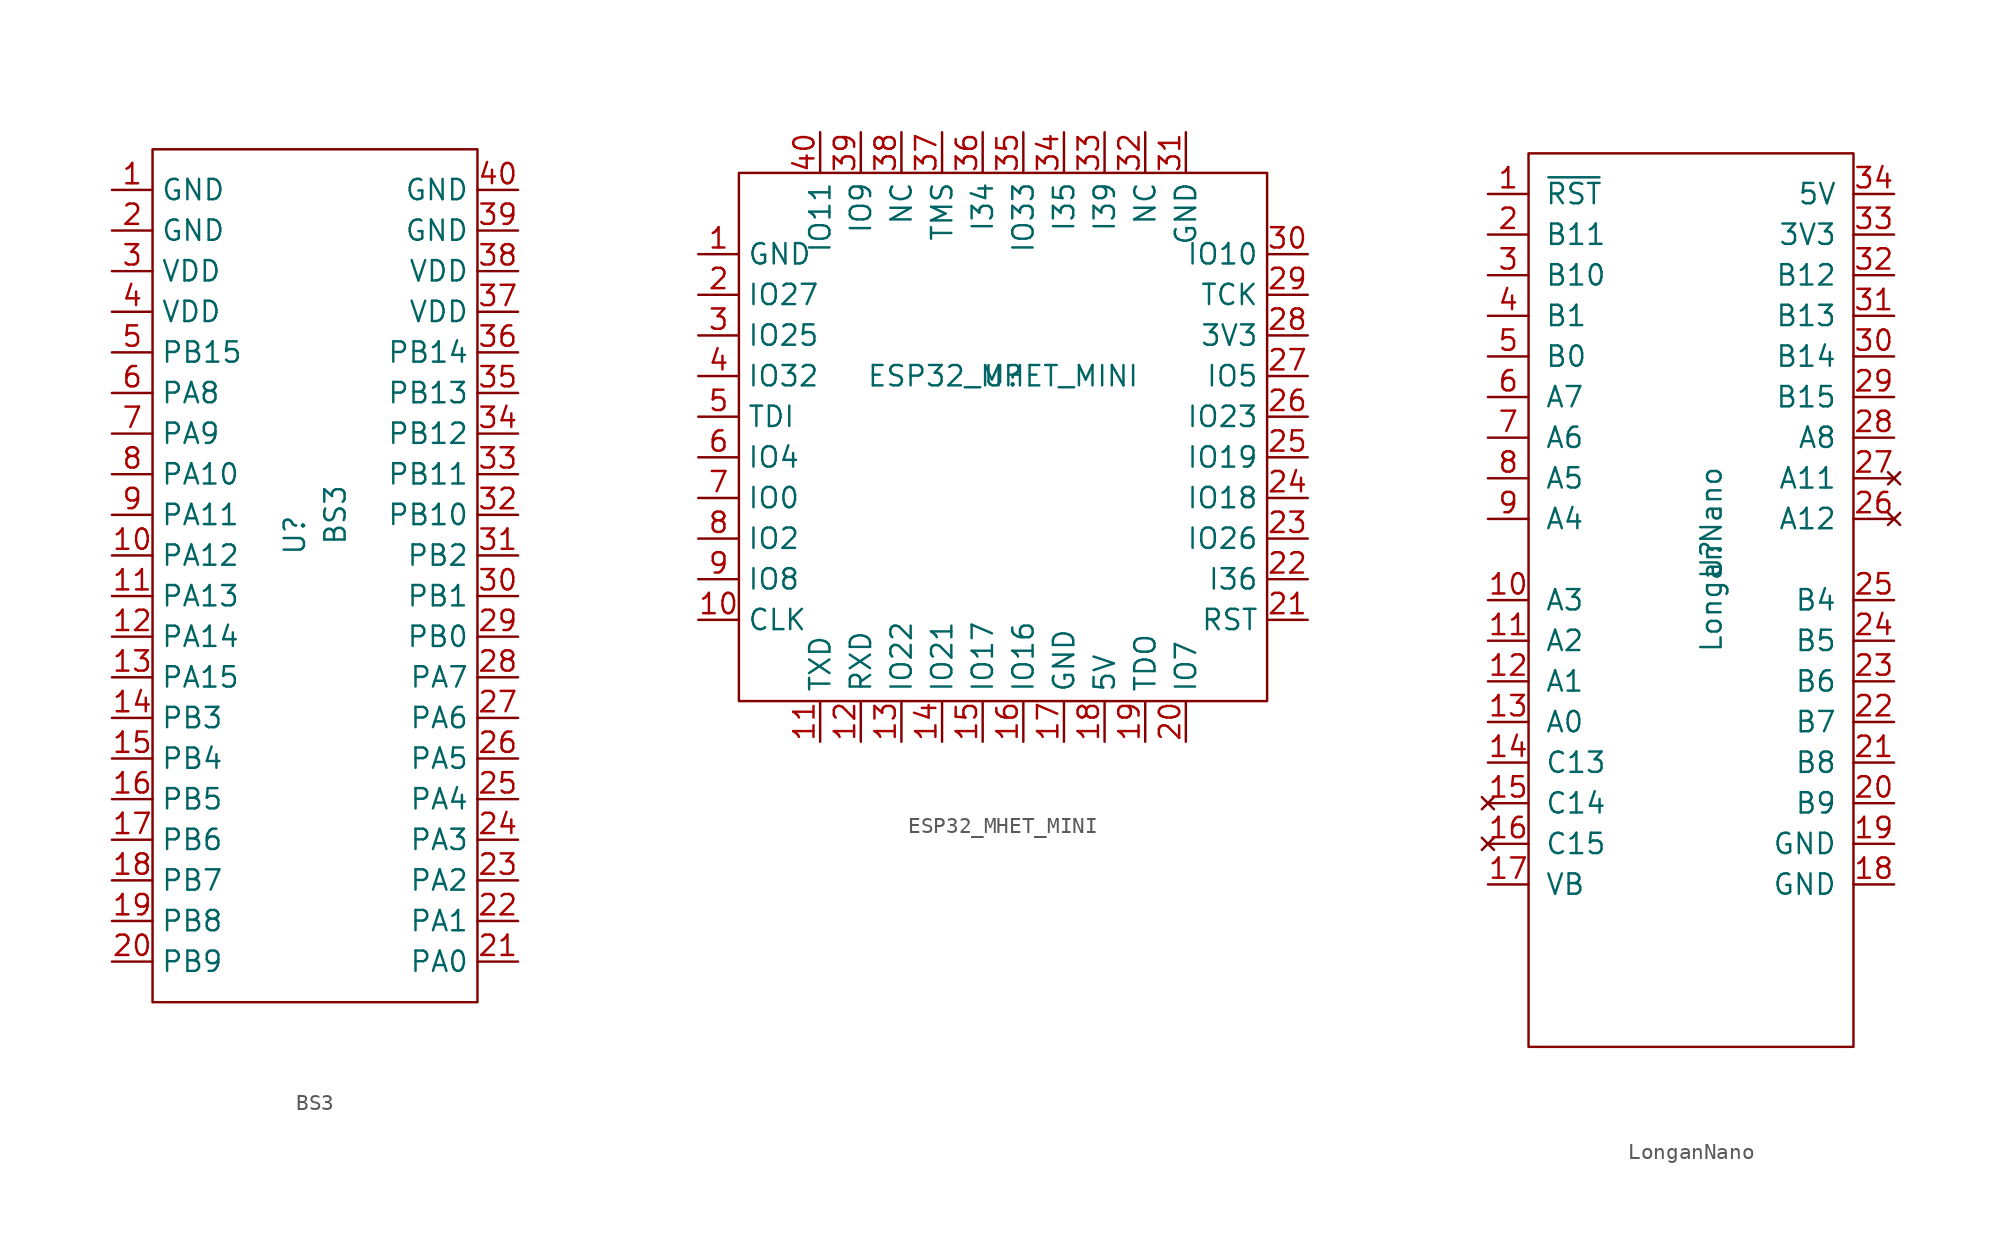
<source format=kicad_sym>
(kicad_symbol_lib
  (version 20211014)
  (generator kicad_symbol_editor)
  (symbol "BS3"
    (property "Reference" "U"
      (at -1.27 3.81 90)
      (effects (font (size 1.27 1.27))))
    (property "Value" "BS3"
      (at 1.27 5.08 90)
      (effects (font (size 1.27 1.27))))
    (symbol "BS3_0_1"
      (rectangle (start -10.16 27.94) (end 10.16 -25.4) (stroke (width 0) (type default) (color 0 0 0 0)) (fill (type none))))
    (symbol "BS3_1_1"
      (pin input line (at -12.7 25.4 0) (length 2.54) (name "GND" (effects (font (size 1.27 1.27)))) (number "1" (effects (font (size 1.27 1.27)))))
      (pin input line (at -12.7 2.54 0) (length 2.54) (name "PA12" (effects (font (size 1.27 1.27)))) (number "10" (effects (font (size 1.27 1.27)))))
      (pin input line (at -12.7 0 0) (length 2.54) (name "PA13" (effects (font (size 1.27 1.27)))) (number "11" (effects (font (size 1.27 1.27)))))
      (pin input line (at -12.7 -2.54 0) (length 2.54) (name "PA14" (effects (font (size 1.27 1.27)))) (number "12" (effects (font (size 1.27 1.27)))))
      (pin input line (at -12.7 -5.08 0) (length 2.54) (name "PA15" (effects (font (size 1.27 1.27)))) (number "13" (effects (font (size 1.27 1.27)))))
      (pin input line (at -12.7 -7.62 0) (length 2.54) (name "PB3" (effects (font (size 1.27 1.27)))) (number "14" (effects (font (size 1.27 1.27)))))
      (pin input line (at -12.7 -10.16 0) (length 2.54) (name "PB4" (effects (font (size 1.27 1.27)))) (number "15" (effects (font (size 1.27 1.27)))))
      (pin input line (at -12.7 -12.7 0) (length 2.54) (name "PB5" (effects (font (size 1.27 1.27)))) (number "16" (effects (font (size 1.27 1.27)))))
      (pin input line (at -12.7 -15.24 0) (length 2.54) (name "PB6" (effects (font (size 1.27 1.27)))) (number "17" (effects (font (size 1.27 1.27)))))
      (pin input line (at -12.7 -17.78 0) (length 2.54) (name "PB7" (effects (font (size 1.27 1.27)))) (number "18" (effects (font (size 1.27 1.27)))))
      (pin input line (at -12.7 -20.32 0) (length 2.54) (name "PB8" (effects (font (size 1.27 1.27)))) (number "19" (effects (font (size 1.27 1.27)))))
      (pin input line (at -12.7 22.86 0) (length 2.54) (name "GND" (effects (font (size 1.27 1.27)))) (number "2" (effects (font (size 1.27 1.27)))))
      (pin input line (at -12.7 -22.86 0) (length 2.54) (name "PB9" (effects (font (size 1.27 1.27)))) (number "20" (effects (font (size 1.27 1.27)))))
      (pin input line (at 12.7 -22.86 180) (length 2.54) (name "PA0" (effects (font (size 1.27 1.27)))) (number "21" (effects (font (size 1.27 1.27)))))
      (pin input line (at 12.7 -20.32 180) (length 2.54) (name "PA1" (effects (font (size 1.27 1.27)))) (number "22" (effects (font (size 1.27 1.27)))))
      (pin input line (at 12.7 -17.78 180) (length 2.54) (name "PA2" (effects (font (size 1.27 1.27)))) (number "23" (effects (font (size 1.27 1.27)))))
      (pin input line (at 12.7 -15.24 180) (length 2.54) (name "PA3" (effects (font (size 1.27 1.27)))) (number "24" (effects (font (size 1.27 1.27)))))
      (pin input line (at 12.7 -12.7 180) (length 2.54) (name "PA4" (effects (font (size 1.27 1.27)))) (number "25" (effects (font (size 1.27 1.27)))))
      (pin input line (at 12.7 -10.16 180) (length 2.54) (name "PA5" (effects (font (size 1.27 1.27)))) (number "26" (effects (font (size 1.27 1.27)))))
      (pin input line (at 12.7 -7.62 180) (length 2.54) (name "PA6" (effects (font (size 1.27 1.27)))) (number "27" (effects (font (size 1.27 1.27)))))
      (pin input line (at 12.7 -5.08 180) (length 2.54) (name "PA7" (effects (font (size 1.27 1.27)))) (number "28" (effects (font (size 1.27 1.27)))))
      (pin input line (at 12.7 -2.54 180) (length 2.54) (name "PB0" (effects (font (size 1.27 1.27)))) (number "29" (effects (font (size 1.27 1.27)))))
      (pin input line (at -12.7 20.32 0) (length 2.54) (name "VDD" (effects (font (size 1.27 1.27)))) (number "3" (effects (font (size 1.27 1.27)))))
      (pin input line (at 12.7 0 180) (length 2.54) (name "PB1" (effects (font (size 1.27 1.27)))) (number "30" (effects (font (size 1.27 1.27)))))
      (pin input line (at 12.7 2.54 180) (length 2.54) (name "PB2" (effects (font (size 1.27 1.27)))) (number "31" (effects (font (size 1.27 1.27)))))
      (pin input line (at 12.7 5.08 180) (length 2.54) (name "PB10" (effects (font (size 1.27 1.27)))) (number "32" (effects (font (size 1.27 1.27)))))
      (pin input line (at 12.7 7.62 180) (length 2.54) (name "PB11" (effects (font (size 1.27 1.27)))) (number "33" (effects (font (size 1.27 1.27)))))
      (pin input line (at 12.7 10.16 180) (length 2.54) (name "PB12" (effects (font (size 1.27 1.27)))) (number "34" (effects (font (size 1.27 1.27)))))
      (pin input line (at 12.7 12.7 180) (length 2.54) (name "PB13" (effects (font (size 1.27 1.27)))) (number "35" (effects (font (size 1.27 1.27)))))
      (pin input line (at 12.7 15.24 180) (length 2.54) (name "PB14" (effects (font (size 1.27 1.27)))) (number "36" (effects (font (size 1.27 1.27)))))
      (pin input line (at 12.7 17.78 180) (length 2.54) (name "VDD" (effects (font (size 1.27 1.27)))) (number "37" (effects (font (size 1.27 1.27)))))
      (pin input line (at 12.7 20.32 180) (length 2.54) (name "VDD" (effects (font (size 1.27 1.27)))) (number "38" (effects (font (size 1.27 1.27)))))
      (pin input line (at 12.7 22.86 180) (length 2.54) (name "GND" (effects (font (size 1.27 1.27)))) (number "39" (effects (font (size 1.27 1.27)))))
      (pin input line (at -12.7 17.78 0) (length 2.54) (name "VDD" (effects (font (size 1.27 1.27)))) (number "4" (effects (font (size 1.27 1.27)))))
      (pin input line (at 12.7 25.4 180) (length 2.54) (name "GND" (effects (font (size 1.27 1.27)))) (number "40" (effects (font (size 1.27 1.27)))))
      (pin input line (at -12.7 15.24 0) (length 2.54) (name "PB15" (effects (font (size 1.27 1.27)))) (number "5" (effects (font (size 1.27 1.27)))))
      (pin input line (at -12.7 12.7 0) (length 2.54) (name "PA8" (effects (font (size 1.27 1.27)))) (number "6" (effects (font (size 1.27 1.27)))))
      (pin input line (at -12.7 10.16 0) (length 2.54) (name "PA9" (effects (font (size 1.27 1.27)))) (number "7" (effects (font (size 1.27 1.27)))))
      (pin input line (at -12.7 7.62 0) (length 2.54) (name "PA10" (effects (font (size 1.27 1.27)))) (number "8" (effects (font (size 1.27 1.27)))))
      (pin input line (at -12.7 5.08 0) (length 2.54) (name "PA11" (effects (font (size 1.27 1.27)))) (number "9" (effects (font (size 1.27 1.27)))))))
  (symbol "ESP32_MHET_MINI"
    (property "Reference" "U"
      (at 0 0 0)
      (effects (font (size 1.27 1.27))))
    (property "Value" "ESP32_MHET_MINI"
      (at 0 0 0)
      (effects (font (size 1.27 1.27))))
    (symbol "ESP32_MHET_MINI_0_1"
      (rectangle (start -16.51 12.7) (end 16.51 -20.32) (stroke (width 0) (type default) (color 0 0 0 0)) (fill (type none))))
    (symbol "ESP32_MHET_MINI_1_1"
      (pin input line (at -19.05 7.62 0) (length 2.54) (name "GND" (effects (font (size 1.27 1.27)))) (number "1" (effects (font (size 1.27 1.27)))))
      (pin input line (at -19.05 -15.24 0) (length 2.54) (name "CLK" (effects (font (size 1.27 1.27)))) (number "10" (effects (font (size 1.27 1.27)))))
      (pin input line (at -11.43 -22.86 90) (length 2.54) (name "TXD" (effects (font (size 1.27 1.27)))) (number "11" (effects (font (size 1.27 1.27)))))
      (pin input line (at -8.89 -22.86 90) (length 2.54) (name "RXD" (effects (font (size 1.27 1.27)))) (number "12" (effects (font (size 1.27 1.27)))))
      (pin input line (at -6.35 -22.86 90) (length 2.54) (name "IO22" (effects (font (size 1.27 1.27)))) (number "13" (effects (font (size 1.27 1.27)))))
      (pin input line (at -3.81 -22.86 90) (length 2.54) (name "IO21" (effects (font (size 1.27 1.27)))) (number "14" (effects (font (size 1.27 1.27)))))
      (pin input line (at -1.27 -22.86 90) (length 2.54) (name "IO17" (effects (font (size 1.27 1.27)))) (number "15" (effects (font (size 1.27 1.27)))))
      (pin input line (at 1.27 -22.86 90) (length 2.54) (name "IO16" (effects (font (size 1.27 1.27)))) (number "16" (effects (font (size 1.27 1.27)))))
      (pin input line (at 3.81 -22.86 90) (length 2.54) (name "GND" (effects (font (size 1.27 1.27)))) (number "17" (effects (font (size 1.27 1.27)))))
      (pin input line (at 6.35 -22.86 90) (length 2.54) (name "5V" (effects (font (size 1.27 1.27)))) (number "18" (effects (font (size 1.27 1.27)))))
      (pin input line (at 8.89 -22.86 90) (length 2.54) (name "TDO" (effects (font (size 1.27 1.27)))) (number "19" (effects (font (size 1.27 1.27)))))
      (pin input line (at -19.05 5.08 0) (length 2.54) (name "IO27" (effects (font (size 1.27 1.27)))) (number "2" (effects (font (size 1.27 1.27)))))
      (pin input line (at 11.43 -22.86 90) (length 2.54) (name "IO7" (effects (font (size 1.27 1.27)))) (number "20" (effects (font (size 1.27 1.27)))))
      (pin input line (at 19.05 -15.24 180) (length 2.54) (name "RST" (effects (font (size 1.27 1.27)))) (number "21" (effects (font (size 1.27 1.27)))))
      (pin input line (at 19.05 -12.7 180) (length 2.54) (name "I36" (effects (font (size 1.27 1.27)))) (number "22" (effects (font (size 1.27 1.27)))))
      (pin input line (at 19.05 -10.16 180) (length 2.54) (name "IO26" (effects (font (size 1.27 1.27)))) (number "23" (effects (font (size 1.27 1.27)))))
      (pin input line (at 19.05 -7.62 180) (length 2.54) (name "IO18" (effects (font (size 1.27 1.27)))) (number "24" (effects (font (size 1.27 1.27)))))
      (pin input line (at 19.05 -5.08 180) (length 2.54) (name "IO19" (effects (font (size 1.27 1.27)))) (number "25" (effects (font (size 1.27 1.27)))))
      (pin input line (at 19.05 -2.54 180) (length 2.54) (name "IO23" (effects (font (size 1.27 1.27)))) (number "26" (effects (font (size 1.27 1.27)))))
      (pin input line (at 19.05 0 180) (length 2.54) (name "IO5" (effects (font (size 1.27 1.27)))) (number "27" (effects (font (size 1.27 1.27)))))
      (pin input line (at 19.05 2.54 180) (length 2.54) (name "3V3" (effects (font (size 1.27 1.27)))) (number "28" (effects (font (size 1.27 1.27)))))
      (pin input line (at 19.05 5.08 180) (length 2.54) (name "TCK" (effects (font (size 1.27 1.27)))) (number "29" (effects (font (size 1.27 1.27)))))
      (pin input line (at -19.05 2.54 0) (length 2.54) (name "IO25" (effects (font (size 1.27 1.27)))) (number "3" (effects (font (size 1.27 1.27)))))
      (pin input line (at 19.05 7.62 180) (length 2.54) (name "IO10" (effects (font (size 1.27 1.27)))) (number "30" (effects (font (size 1.27 1.27)))))
      (pin input line (at 11.43 15.24 270) (length 2.54) (name "GND" (effects (font (size 1.27 1.27)))) (number "31" (effects (font (size 1.27 1.27)))))
      (pin input line (at 8.89 15.24 270) (length 2.54) (name "NC" (effects (font (size 1.27 1.27)))) (number "32" (effects (font (size 1.27 1.27)))))
      (pin input line (at 6.35 15.24 270) (length 2.54) (name "I39" (effects (font (size 1.27 1.27)))) (number "33" (effects (font (size 1.27 1.27)))))
      (pin input line (at 3.81 15.24 270) (length 2.54) (name "I35" (effects (font (size 1.27 1.27)))) (number "34" (effects (font (size 1.27 1.27)))))
      (pin input line (at 1.27 15.24 270) (length 2.54) (name "IO33" (effects (font (size 1.27 1.27)))) (number "35" (effects (font (size 1.27 1.27)))))
      (pin input line (at -1.27 15.24 270) (length 2.54) (name "I34" (effects (font (size 1.27 1.27)))) (number "36" (effects (font (size 1.27 1.27)))))
      (pin input line (at -3.81 15.24 270) (length 2.54) (name "TMS" (effects (font (size 1.27 1.27)))) (number "37" (effects (font (size 1.27 1.27)))))
      (pin input line (at -6.35 15.24 270) (length 2.54) (name "NC" (effects (font (size 1.27 1.27)))) (number "38" (effects (font (size 1.27 1.27)))))
      (pin input line (at -8.89 15.24 270) (length 2.54) (name "IO9" (effects (font (size 1.27 1.27)))) (number "39" (effects (font (size 1.27 1.27)))))
      (pin input line (at -19.05 0 0) (length 2.54) (name "IO32" (effects (font (size 1.27 1.27)))) (number "4" (effects (font (size 1.27 1.27)))))
      (pin input line (at -11.43 15.24 270) (length 2.54) (name "IO11" (effects (font (size 1.27 1.27)))) (number "40" (effects (font (size 1.27 1.27)))))
      (pin input line (at -19.05 -2.54 0) (length 2.54) (name "TDI" (effects (font (size 1.27 1.27)))) (number "5" (effects (font (size 1.27 1.27)))))
      (pin input line (at -19.05 -5.08 0) (length 2.54) (name "IO4" (effects (font (size 1.27 1.27)))) (number "6" (effects (font (size 1.27 1.27)))))
      (pin input line (at -19.05 -7.62 0) (length 2.54) (name "IO0" (effects (font (size 1.27 1.27)))) (number "7" (effects (font (size 1.27 1.27)))))
      (pin input line (at -19.05 -10.16 0) (length 2.54) (name "IO2" (effects (font (size 1.27 1.27)))) (number "8" (effects (font (size 1.27 1.27)))))
      (pin input line (at -19.05 -12.7 0) (length 2.54) (name "IO8" (effects (font (size 1.27 1.27)))) (number "9" (effects (font (size 1.27 1.27)))))))
  (symbol "LonganNano"
    (pin_names
      (offset 1.016))
    (property "Reference" "U"
      (at 0 2.54 90)
      (effects (font (size 1.27 1.27))))
    (property "Value" "LonganNano"
      (at 0 2.54 90)
      (effects (font (size 1.27 1.27))))
    (symbol "LonganNano_0_1"
      (rectangle (start -11.43 -27.94) (end 8.89 27.94) (stroke (width 0) (type default) (color 0 0 0 0)) (fill (type none))))
    (symbol "LonganNano_1_1"
      (pin input line (at -13.97 25.4 0) (length 2.54) (name "~{RST}" (effects (font (size 1.27 1.27)))) (number "1" (effects (font (size 1.27 1.27)))))
      (pin bidirectional line (at -13.97 0 0) (length 2.54) (name "A3" (effects (font (size 1.27 1.27)))) (number "10" (effects (font (size 1.27 1.27)))))
      (pin bidirectional line (at -13.97 -2.54 0) (length 2.54) (name "A2" (effects (font (size 1.27 1.27)))) (number "11" (effects (font (size 1.27 1.27)))))
      (pin bidirectional line (at -13.97 -5.08 0) (length 2.54) (name "A1" (effects (font (size 1.27 1.27)))) (number "12" (effects (font (size 1.27 1.27)))))
      (pin bidirectional line (at -13.97 -7.62 0) (length 2.54) (name "A0" (effects (font (size 1.27 1.27)))) (number "13" (effects (font (size 1.27 1.27)))))
      (pin bidirectional line (at -13.97 -10.16 0) (length 2.54) (name "C13" (effects (font (size 1.27 1.27)))) (number "14" (effects (font (size 1.27 1.27)))))
      (pin no_connect line (at -13.97 -12.7 0) (length 2.54) (name "C14" (effects (font (size 1.27 1.27)))) (number "15" (effects (font (size 1.27 1.27)))))
      (pin no_connect line (at -13.97 -15.24 0) (length 2.54) (name "C15" (effects (font (size 1.27 1.27)))) (number "16" (effects (font (size 1.27 1.27)))))
      (pin power_in line (at -13.97 -17.78 0) (length 2.54) (name "VB" (effects (font (size 1.27 1.27)))) (number "17" (effects (font (size 1.27 1.27)))))
      (pin power_out line (at 11.43 -17.78 180) (length 2.54) (name "GND" (effects (font (size 1.27 1.27)))) (number "18" (effects (font (size 1.27 1.27)))))
      (pin power_out line (at 11.43 -15.24 180) (length 2.54) (name "GND" (effects (font (size 1.27 1.27)))) (number "19" (effects (font (size 1.27 1.27)))))
      (pin bidirectional line (at -13.97 22.86 0) (length 2.54) (name "B11" (effects (font (size 1.27 1.27)))) (number "2" (effects (font (size 1.27 1.27)))))
      (pin bidirectional line (at 11.43 -12.7 180) (length 2.54) (name "B9" (effects (font (size 1.27 1.27)))) (number "20" (effects (font (size 1.27 1.27)))))
      (pin bidirectional line (at 11.43 -10.16 180) (length 2.54) (name "B8" (effects (font (size 1.27 1.27)))) (number "21" (effects (font (size 1.27 1.27)))))
      (pin bidirectional line (at 11.43 -7.62 180) (length 2.54) (name "B7" (effects (font (size 1.27 1.27)))) (number "22" (effects (font (size 1.27 1.27)))))
      (pin bidirectional line (at 11.43 -5.08 180) (length 2.54) (name "B6" (effects (font (size 1.27 1.27)))) (number "23" (effects (font (size 1.27 1.27)))))
      (pin bidirectional line (at 11.43 -2.54 180) (length 2.54) (name "B5" (effects (font (size 1.27 1.27)))) (number "24" (effects (font (size 1.27 1.27)))))
      (pin bidirectional line (at 11.43 0 180) (length 2.54) (name "B4" (effects (font (size 1.27 1.27)))) (number "25" (effects (font (size 1.27 1.27)))))
      (pin no_connect line (at 11.43 5.08 180) (length 2.54) (name "A12" (effects (font (size 1.27 1.27)))) (number "26" (effects (font (size 1.27 1.27)))))
      (pin no_connect line (at 11.43 7.62 180) (length 2.54) (name "A11" (effects (font (size 1.27 1.27)))) (number "27" (effects (font (size 1.27 1.27)))))
      (pin bidirectional line (at 11.43 10.16 180) (length 2.54) (name "A8" (effects (font (size 1.27 1.27)))) (number "28" (effects (font (size 1.27 1.27)))))
      (pin bidirectional line (at 11.43 12.7 180) (length 2.54) (name "B15" (effects (font (size 1.27 1.27)))) (number "29" (effects (font (size 1.27 1.27)))))
      (pin bidirectional line (at -13.97 20.32 0) (length 2.54) (name "B10" (effects (font (size 1.27 1.27)))) (number "3" (effects (font (size 1.27 1.27)))))
      (pin bidirectional line (at 11.43 15.24 180) (length 2.54) (name "B14" (effects (font (size 1.27 1.27)))) (number "30" (effects (font (size 1.27 1.27)))))
      (pin bidirectional line (at 11.43 17.78 180) (length 2.54) (name "B13" (effects (font (size 1.27 1.27)))) (number "31" (effects (font (size 1.27 1.27)))))
      (pin bidirectional line (at 11.43 20.32 180) (length 2.54) (name "B12" (effects (font (size 1.27 1.27)))) (number "32" (effects (font (size 1.27 1.27)))))
      (pin bidirectional line (at 11.43 22.86 180) (length 2.54) (name "3V3" (effects (font (size 1.27 1.27)))) (number "33" (effects (font (size 1.27 1.27)))))
      (pin bidirectional line (at 11.43 25.4 180) (length 2.54) (name "5V" (effects (font (size 1.27 1.27)))) (number "34" (effects (font (size 1.27 1.27)))))
      (pin bidirectional line (at -13.97 17.78 0) (length 2.54) (name "B1" (effects (font (size 1.27 1.27)))) (number "4" (effects (font (size 1.27 1.27)))))
      (pin bidirectional line (at -13.97 15.24 0) (length 2.54) (name "B0" (effects (font (size 1.27 1.27)))) (number "5" (effects (font (size 1.27 1.27)))))
      (pin bidirectional line (at -13.97 12.7 0) (length 2.54) (name "A7" (effects (font (size 1.27 1.27)))) (number "6" (effects (font (size 1.27 1.27)))))
      (pin bidirectional line (at -13.97 10.16 0) (length 2.54) (name "A6" (effects (font (size 1.27 1.27)))) (number "7" (effects (font (size 1.27 1.27)))))
      (pin bidirectional line (at -13.97 7.62 0) (length 2.54) (name "A5" (effects (font (size 1.27 1.27)))) (number "8" (effects (font (size 1.27 1.27)))))
      (pin bidirectional line (at -13.97 5.08 0) (length 2.54) (name "A4" (effects (font (size 1.27 1.27)))) (number "9" (effects (font (size 1.27 1.27))))))))
</source>
